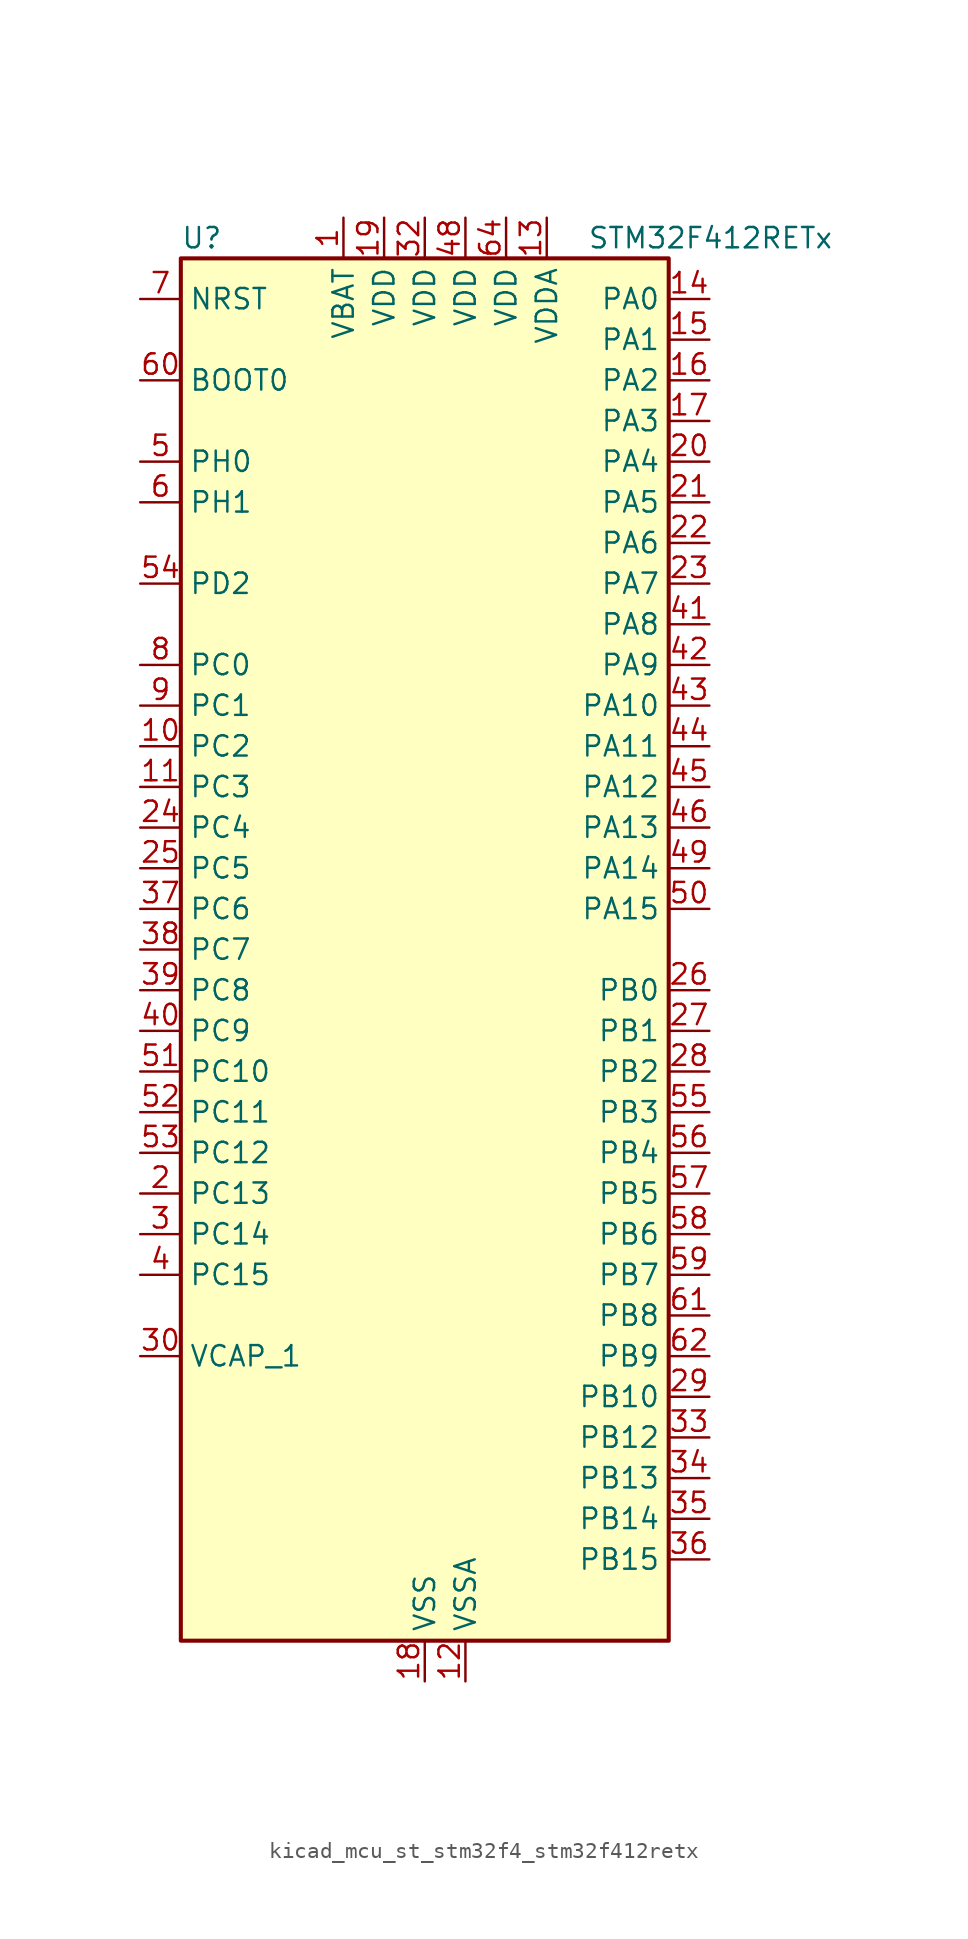
<source format=kicad_sym>
(kicad_symbol_lib
  (version 20220914)
  (generator kicad_symbol_editor)
  (symbol "kicad_mcu_st_stm32f4_stm32f412retx"
    (property "Reference" "U"
      (at -15.24 44.45 0)
      (effects (font (size 1.27 1.27)) (justify left)))
    (property "Value" "STM32F412RETx"
      (at 10.16 44.45 0)
      (effects (font (size 1.27 1.27)) (justify left)))
    (property "ki_locked" ""
      (at 0 0 0)
      (effects (font (size 1.27 1.27))))
    (symbol "kicad_mcu_st_stm32f4_stm32f412retx_0_1"
      (rectangle (start -15.24 -43.18) (end 15.24 43.18) (stroke (width 0.254) (type default)) (fill (type background))))
    (symbol "kicad_mcu_st_stm32f4_stm32f412retx_1_1"
      (pin power_in line (at -5.08 45.72 270) (length 2.54) (name "VBAT" (effects (font (size 1.27 1.27)))) (number "1" (effects (font (size 1.27 1.27)))))
      (pin bidirectional line (at -17.78 12.7 0) (length 2.54) (name "PC2" (effects (font (size 1.27 1.27)))) (number "10" (effects (font (size 1.27 1.27)))) (alternate "ADC1_IN12" bidirectional line) (alternate "DFSDM1_CKOUT" bidirectional line) (alternate "FSMC_NWE" bidirectional line) (alternate "I2S2_ext_SD" bidirectional line) (alternate "SPI2_MISO" bidirectional line))
      (pin bidirectional line (at -17.78 10.16 0) (length 2.54) (name "PC3" (effects (font (size 1.27 1.27)))) (number "11" (effects (font (size 1.27 1.27)))) (alternate "ADC1_IN13" bidirectional line) (alternate "FSMC_A0" bidirectional line) (alternate "I2S2_SD" bidirectional line) (alternate "SPI2_MOSI" bidirectional line))
      (pin power_in line (at 2.54 -45.72 90) (length 2.54) (name "VSSA" (effects (font (size 1.27 1.27)))) (number "12" (effects (font (size 1.27 1.27)))))
      (pin power_in line (at 7.62 45.72 270) (length 2.54) (name "VDDA" (effects (font (size 1.27 1.27)))) (number "13" (effects (font (size 1.27 1.27)))))
      (pin bidirectional line (at 17.78 40.64 180) (length 2.54) (name "PA0" (effects (font (size 1.27 1.27)))) (number "14" (effects (font (size 1.27 1.27)))) (alternate "ADC1_IN0" bidirectional line) (alternate "SYS_WKUP1" bidirectional line) (alternate "TIM2_CH1" bidirectional line) (alternate "TIM2_ETR" bidirectional line) (alternate "TIM5_CH1" bidirectional line) (alternate "TIM8_ETR" bidirectional line) (alternate "USART2_CTS" bidirectional line))
      (pin bidirectional line (at 17.78 38.1 180) (length 2.54) (name "PA1" (effects (font (size 1.27 1.27)))) (number "15" (effects (font (size 1.27 1.27)))) (alternate "ADC1_IN1" bidirectional line) (alternate "I2S4_SD" bidirectional line) (alternate "QUADSPI_BK1_IO3" bidirectional line) (alternate "SPI4_MOSI" bidirectional line) (alternate "TIM2_CH2" bidirectional line) (alternate "TIM5_CH2" bidirectional line) (alternate "USART2_RTS" bidirectional line))
      (pin bidirectional line (at 17.78 35.56 180) (length 2.54) (name "PA2" (effects (font (size 1.27 1.27)))) (number "16" (effects (font (size 1.27 1.27)))) (alternate "ADC1_IN2" bidirectional line) (alternate "FSMC_D4" bidirectional line) (alternate "FSMC_DA4" bidirectional line) (alternate "I2S_CKIN" bidirectional line) (alternate "TIM2_CH3" bidirectional line) (alternate "TIM5_CH3" bidirectional line) (alternate "TIM9_CH1" bidirectional line) (alternate "USART2_TX" bidirectional line))
      (pin bidirectional line (at 17.78 33.02 180) (length 2.54) (name "PA3" (effects (font (size 1.27 1.27)))) (number "17" (effects (font (size 1.27 1.27)))) (alternate "ADC1_IN3" bidirectional line) (alternate "FSMC_D5" bidirectional line) (alternate "FSMC_DA5" bidirectional line) (alternate "I2S2_MCK" bidirectional line) (alternate "TIM2_CH4" bidirectional line) (alternate "TIM5_CH4" bidirectional line) (alternate "TIM9_CH2" bidirectional line) (alternate "USART2_RX" bidirectional line))
      (pin power_in line (at 0 -45.72 90) (length 2.54) (name "VSS" (effects (font (size 1.27 1.27)))) (number "18" (effects (font (size 1.27 1.27)))))
      (pin power_in line (at -2.54 45.72 270) (length 2.54) (name "VDD" (effects (font (size 1.27 1.27)))) (number "19" (effects (font (size 1.27 1.27)))))
      (pin bidirectional line (at -17.78 -15.24 0) (length 2.54) (name "PC13" (effects (font (size 1.27 1.27)))) (number "2" (effects (font (size 1.27 1.27)))) (alternate "RTC_AF1" bidirectional line))
      (pin bidirectional line (at 17.78 30.48 180) (length 2.54) (name "PA4" (effects (font (size 1.27 1.27)))) (number "20" (effects (font (size 1.27 1.27)))) (alternate "ADC1_IN4" bidirectional line) (alternate "DFSDM1_DATIN1" bidirectional line) (alternate "FSMC_D6" bidirectional line) (alternate "FSMC_DA6" bidirectional line) (alternate "I2S1_WS" bidirectional line) (alternate "I2S3_WS" bidirectional line) (alternate "SPI1_NSS" bidirectional line) (alternate "SPI3_NSS" bidirectional line) (alternate "USART2_CK" bidirectional line))
      (pin bidirectional line (at 17.78 27.94 180) (length 2.54) (name "PA5" (effects (font (size 1.27 1.27)))) (number "21" (effects (font (size 1.27 1.27)))) (alternate "ADC1_IN5" bidirectional line) (alternate "DFSDM1_CKIN1" bidirectional line) (alternate "FSMC_D7" bidirectional line) (alternate "FSMC_DA7" bidirectional line) (alternate "I2S1_CK" bidirectional line) (alternate "SPI1_SCK" bidirectional line) (alternate "TIM2_CH1" bidirectional line) (alternate "TIM2_ETR" bidirectional line) (alternate "TIM8_CH1N" bidirectional line))
      (pin bidirectional line (at 17.78 25.4 180) (length 2.54) (name "PA6" (effects (font (size 1.27 1.27)))) (number "22" (effects (font (size 1.27 1.27)))) (alternate "ADC1_IN6" bidirectional line) (alternate "I2S2_MCK" bidirectional line) (alternate "QUADSPI_BK2_IO0" bidirectional line) (alternate "SDIO_CMD" bidirectional line) (alternate "SPI1_MISO" bidirectional line) (alternate "TIM13_CH1" bidirectional line) (alternate "TIM1_BKIN" bidirectional line) (alternate "TIM3_CH1" bidirectional line) (alternate "TIM8_BKIN" bidirectional line))
      (pin bidirectional line (at 17.78 22.86 180) (length 2.54) (name "PA7" (effects (font (size 1.27 1.27)))) (number "23" (effects (font (size 1.27 1.27)))) (alternate "ADC1_IN7" bidirectional line) (alternate "I2S1_SD" bidirectional line) (alternate "QUADSPI_BK2_IO1" bidirectional line) (alternate "SPI1_MOSI" bidirectional line) (alternate "TIM14_CH1" bidirectional line) (alternate "TIM1_CH1N" bidirectional line) (alternate "TIM3_CH2" bidirectional line) (alternate "TIM8_CH1N" bidirectional line))
      (pin bidirectional line (at -17.78 7.62 0) (length 2.54) (name "PC4" (effects (font (size 1.27 1.27)))) (number "24" (effects (font (size 1.27 1.27)))) (alternate "ADC1_IN14" bidirectional line) (alternate "FSMC_NE4" bidirectional line) (alternate "I2S1_MCK" bidirectional line) (alternate "QUADSPI_BK2_IO2" bidirectional line))
      (pin bidirectional line (at -17.78 5.08 0) (length 2.54) (name "PC5" (effects (font (size 1.27 1.27)))) (number "25" (effects (font (size 1.27 1.27)))) (alternate "ADC1_IN15" bidirectional line) (alternate "FMPI2C1_SMBA" bidirectional line) (alternate "FSMC_NOE" bidirectional line) (alternate "QUADSPI_BK2_IO3" bidirectional line) (alternate "USART3_RX" bidirectional line))
      (pin bidirectional line (at 17.78 -2.54 180) (length 2.54) (name "PB0" (effects (font (size 1.27 1.27)))) (number "26" (effects (font (size 1.27 1.27)))) (alternate "ADC1_IN8" bidirectional line) (alternate "I2S5_CK" bidirectional line) (alternate "SPI5_SCK" bidirectional line) (alternate "TIM1_CH2N" bidirectional line) (alternate "TIM3_CH3" bidirectional line) (alternate "TIM8_CH2N" bidirectional line))
      (pin bidirectional line (at 17.78 -5.08 180) (length 2.54) (name "PB1" (effects (font (size 1.27 1.27)))) (number "27" (effects (font (size 1.27 1.27)))) (alternate "ADC1_IN9" bidirectional line) (alternate "DFSDM1_DATIN0" bidirectional line) (alternate "I2S5_WS" bidirectional line) (alternate "QUADSPI_CLK" bidirectional line) (alternate "SPI5_NSS" bidirectional line) (alternate "TIM1_CH3N" bidirectional line) (alternate "TIM3_CH4" bidirectional line) (alternate "TIM8_CH3N" bidirectional line))
      (pin bidirectional line (at 17.78 -7.62 180) (length 2.54) (name "PB2" (effects (font (size 1.27 1.27)))) (number "28" (effects (font (size 1.27 1.27)))) (alternate "DFSDM1_CKIN0" bidirectional line) (alternate "QUADSPI_CLK" bidirectional line))
      (pin bidirectional line (at 17.78 -27.94 180) (length 2.54) (name "PB10" (effects (font (size 1.27 1.27)))) (number "29" (effects (font (size 1.27 1.27)))) (alternate "FMPI2C1_SCL" bidirectional line) (alternate "I2C2_SCL" bidirectional line) (alternate "I2S2_CK" bidirectional line) (alternate "I2S3_MCK" bidirectional line) (alternate "SDIO_D7" bidirectional line) (alternate "SPI2_SCK" bidirectional line) (alternate "TIM2_CH3" bidirectional line) (alternate "USART3_TX" bidirectional line))
      (pin bidirectional line (at -17.78 -17.78 0) (length 2.54) (name "PC14" (effects (font (size 1.27 1.27)))) (number "3" (effects (font (size 1.27 1.27)))) (alternate "RCC_OSC32_IN" bidirectional line))
      (pin power_out line (at -17.78 -25.4 0) (length 2.54) (name "VCAP_1" (effects (font (size 1.27 1.27)))) (number "30" (effects (font (size 1.27 1.27)))))
      (pin passive line (at 0 -45.72 90) (length 2.54) hide (name "VSS" (effects (font (size 1.27 1.27)))) (number "31" (effects (font (size 1.27 1.27)))))
      (pin power_in line (at 0 45.72 270) (length 2.54) (name "VDD" (effects (font (size 1.27 1.27)))) (number "32" (effects (font (size 1.27 1.27)))))
      (pin bidirectional line (at 17.78 -30.48 180) (length 2.54) (name "PB12" (effects (font (size 1.27 1.27)))) (number "33" (effects (font (size 1.27 1.27)))) (alternate "CAN2_RX" bidirectional line) (alternate "DFSDM1_DATIN1" bidirectional line) (alternate "I2C2_SMBA" bidirectional line) (alternate "I2S2_WS" bidirectional line) (alternate "I2S3_CK" bidirectional line) (alternate "I2S4_WS" bidirectional line) (alternate "SPI2_NSS" bidirectional line) (alternate "SPI3_SCK" bidirectional line) (alternate "SPI4_NSS" bidirectional line) (alternate "TIM1_BKIN" bidirectional line) (alternate "USART3_CK" bidirectional line))
      (pin bidirectional line (at 17.78 -33.02 180) (length 2.54) (name "PB13" (effects (font (size 1.27 1.27)))) (number "34" (effects (font (size 1.27 1.27)))) (alternate "CAN2_TX" bidirectional line) (alternate "DFSDM1_CKIN1" bidirectional line) (alternate "FMPI2C1_SMBA" bidirectional line) (alternate "I2S2_CK" bidirectional line) (alternate "I2S4_CK" bidirectional line) (alternate "SPI2_SCK" bidirectional line) (alternate "SPI4_SCK" bidirectional line) (alternate "TIM1_CH1N" bidirectional line) (alternate "USART3_CTS" bidirectional line))
      (pin bidirectional line (at 17.78 -35.56 180) (length 2.54) (name "PB14" (effects (font (size 1.27 1.27)))) (number "35" (effects (font (size 1.27 1.27)))) (alternate "DFSDM1_DATIN2" bidirectional line) (alternate "FMPI2C1_SDA" bidirectional line) (alternate "FSMC_D0" bidirectional line) (alternate "FSMC_DA0" bidirectional line) (alternate "I2S2_ext_SD" bidirectional line) (alternate "SDIO_D6" bidirectional line) (alternate "SPI2_MISO" bidirectional line) (alternate "TIM12_CH1" bidirectional line) (alternate "TIM1_CH2N" bidirectional line) (alternate "TIM8_CH2N" bidirectional line) (alternate "USART3_RTS" bidirectional line))
      (pin bidirectional line (at 17.78 -38.1 180) (length 2.54) (name "PB15" (effects (font (size 1.27 1.27)))) (number "36" (effects (font (size 1.27 1.27)))) (alternate "ADC1_EXTI15" bidirectional line) (alternate "DFSDM1_CKIN2" bidirectional line) (alternate "FMPI2C1_SCL" bidirectional line) (alternate "I2S2_SD" bidirectional line) (alternate "RTC_REFIN" bidirectional line) (alternate "SDIO_CK" bidirectional line) (alternate "SPI2_MOSI" bidirectional line) (alternate "TIM12_CH2" bidirectional line) (alternate "TIM1_CH3N" bidirectional line) (alternate "TIM8_CH3N" bidirectional line))
      (pin bidirectional line (at -17.78 2.54 0) (length 2.54) (name "PC6" (effects (font (size 1.27 1.27)))) (number "37" (effects (font (size 1.27 1.27)))) (alternate "DFSDM1_CKIN3" bidirectional line) (alternate "FMPI2C1_SCL" bidirectional line) (alternate "FSMC_D1" bidirectional line) (alternate "FSMC_DA1" bidirectional line) (alternate "I2S2_MCK" bidirectional line) (alternate "SDIO_D6" bidirectional line) (alternate "TIM3_CH1" bidirectional line) (alternate "TIM8_CH1" bidirectional line) (alternate "USART6_TX" bidirectional line))
      (pin bidirectional line (at -17.78 0 0) (length 2.54) (name "PC7" (effects (font (size 1.27 1.27)))) (number "38" (effects (font (size 1.27 1.27)))) (alternate "DFSDM1_DATIN3" bidirectional line) (alternate "FMPI2C1_SDA" bidirectional line) (alternate "I2S2_CK" bidirectional line) (alternate "I2S3_MCK" bidirectional line) (alternate "SDIO_D7" bidirectional line) (alternate "SPI2_SCK" bidirectional line) (alternate "TIM3_CH2" bidirectional line) (alternate "TIM8_CH2" bidirectional line) (alternate "USART6_RX" bidirectional line))
      (pin bidirectional line (at -17.78 -2.54 0) (length 2.54) (name "PC8" (effects (font (size 1.27 1.27)))) (number "39" (effects (font (size 1.27 1.27)))) (alternate "QUADSPI_BK1_IO2" bidirectional line) (alternate "SDIO_D0" bidirectional line) (alternate "TIM3_CH3" bidirectional line) (alternate "TIM8_CH3" bidirectional line) (alternate "USART6_CK" bidirectional line))
      (pin bidirectional line (at -17.78 -20.32 0) (length 2.54) (name "PC15" (effects (font (size 1.27 1.27)))) (number "4" (effects (font (size 1.27 1.27)))) (alternate "ADC1_EXTI15" bidirectional line) (alternate "RCC_OSC32_OUT" bidirectional line))
      (pin bidirectional line (at -17.78 -5.08 0) (length 2.54) (name "PC9" (effects (font (size 1.27 1.27)))) (number "40" (effects (font (size 1.27 1.27)))) (alternate "I2C3_SDA" bidirectional line) (alternate "I2S_CKIN" bidirectional line) (alternate "QUADSPI_BK1_IO0" bidirectional line) (alternate "RCC_MCO_2" bidirectional line) (alternate "SDIO_D1" bidirectional line) (alternate "TIM3_CH4" bidirectional line) (alternate "TIM8_CH4" bidirectional line))
      (pin bidirectional line (at 17.78 20.32 180) (length 2.54) (name "PA8" (effects (font (size 1.27 1.27)))) (number "41" (effects (font (size 1.27 1.27)))) (alternate "I2C3_SCL" bidirectional line) (alternate "RCC_MCO_1" bidirectional line) (alternate "SDIO_D1" bidirectional line) (alternate "TIM1_CH1" bidirectional line) (alternate "USART1_CK" bidirectional line) (alternate "USB_OTG_FS_SOF" bidirectional line))
      (pin bidirectional line (at 17.78 17.78 180) (length 2.54) (name "PA9" (effects (font (size 1.27 1.27)))) (number "42" (effects (font (size 1.27 1.27)))) (alternate "I2C3_SMBA" bidirectional line) (alternate "SDIO_D2" bidirectional line) (alternate "TIM1_CH2" bidirectional line) (alternate "USART1_TX" bidirectional line) (alternate "USB_OTG_FS_VBUS" bidirectional line))
      (pin bidirectional line (at 17.78 15.24 180) (length 2.54) (name "PA10" (effects (font (size 1.27 1.27)))) (number "43" (effects (font (size 1.27 1.27)))) (alternate "I2S5_SD" bidirectional line) (alternate "SPI5_MOSI" bidirectional line) (alternate "TIM1_CH3" bidirectional line) (alternate "USART1_RX" bidirectional line) (alternate "USB_OTG_FS_ID" bidirectional line))
      (pin bidirectional line (at 17.78 12.7 180) (length 2.54) (name "PA11" (effects (font (size 1.27 1.27)))) (number "44" (effects (font (size 1.27 1.27)))) (alternate "ADC1_EXTI11" bidirectional line) (alternate "CAN1_RX" bidirectional line) (alternate "SPI4_MISO" bidirectional line) (alternate "TIM1_CH4" bidirectional line) (alternate "USART1_CTS" bidirectional line) (alternate "USART6_TX" bidirectional line) (alternate "USB_OTG_FS_DM" bidirectional line))
      (pin bidirectional line (at 17.78 10.16 180) (length 2.54) (name "PA12" (effects (font (size 1.27 1.27)))) (number "45" (effects (font (size 1.27 1.27)))) (alternate "CAN1_TX" bidirectional line) (alternate "SPI5_MISO" bidirectional line) (alternate "TIM1_ETR" bidirectional line) (alternate "USART1_RTS" bidirectional line) (alternate "USART6_RX" bidirectional line) (alternate "USB_OTG_FS_DP" bidirectional line))
      (pin bidirectional line (at 17.78 7.62 180) (length 2.54) (name "PA13" (effects (font (size 1.27 1.27)))) (number "46" (effects (font (size 1.27 1.27)))) (alternate "SYS_JTMS-SWDIO" bidirectional line))
      (pin passive line (at 0 -45.72 90) (length 2.54) hide (name "VSS" (effects (font (size 1.27 1.27)))) (number "47" (effects (font (size 1.27 1.27)))))
      (pin power_in line (at 2.54 45.72 270) (length 2.54) (name "VDD" (effects (font (size 1.27 1.27)))) (number "48" (effects (font (size 1.27 1.27)))))
      (pin bidirectional line (at 17.78 5.08 180) (length 2.54) (name "PA14" (effects (font (size 1.27 1.27)))) (number "49" (effects (font (size 1.27 1.27)))) (alternate "SYS_JTCK-SWCLK" bidirectional line))
      (pin bidirectional line (at -17.78 30.48 0) (length 2.54) (name "PH0" (effects (font (size 1.27 1.27)))) (number "5" (effects (font (size 1.27 1.27)))) (alternate "RCC_OSC_IN" bidirectional line))
      (pin bidirectional line (at 17.78 2.54 180) (length 2.54) (name "PA15" (effects (font (size 1.27 1.27)))) (number "50" (effects (font (size 1.27 1.27)))) (alternate "ADC1_EXTI15" bidirectional line) (alternate "I2S1_WS" bidirectional line) (alternate "I2S3_WS" bidirectional line) (alternate "SPI1_NSS" bidirectional line) (alternate "SPI3_NSS" bidirectional line) (alternate "SYS_JTDI" bidirectional line) (alternate "TIM2_CH1" bidirectional line) (alternate "TIM2_ETR" bidirectional line) (alternate "USART1_TX" bidirectional line))
      (pin bidirectional line (at -17.78 -7.62 0) (length 2.54) (name "PC10" (effects (font (size 1.27 1.27)))) (number "51" (effects (font (size 1.27 1.27)))) (alternate "I2S3_CK" bidirectional line) (alternate "QUADSPI_BK1_IO1" bidirectional line) (alternate "SDIO_D2" bidirectional line) (alternate "SPI3_SCK" bidirectional line) (alternate "USART3_TX" bidirectional line))
      (pin bidirectional line (at -17.78 -10.16 0) (length 2.54) (name "PC11" (effects (font (size 1.27 1.27)))) (number "52" (effects (font (size 1.27 1.27)))) (alternate "ADC1_EXTI11" bidirectional line) (alternate "FSMC_D2" bidirectional line) (alternate "FSMC_DA2" bidirectional line) (alternate "I2S3_ext_SD" bidirectional line) (alternate "QUADSPI_BK2_NCS" bidirectional line) (alternate "SDIO_D3" bidirectional line) (alternate "SPI3_MISO" bidirectional line) (alternate "USART3_RX" bidirectional line))
      (pin bidirectional line (at -17.78 -12.7 0) (length 2.54) (name "PC12" (effects (font (size 1.27 1.27)))) (number "53" (effects (font (size 1.27 1.27)))) (alternate "FSMC_D3" bidirectional line) (alternate "FSMC_DA3" bidirectional line) (alternate "I2S3_SD" bidirectional line) (alternate "SDIO_CK" bidirectional line) (alternate "SPI3_MOSI" bidirectional line) (alternate "USART3_CK" bidirectional line))
      (pin bidirectional line (at -17.78 22.86 0) (length 2.54) (name "PD2" (effects (font (size 1.27 1.27)))) (number "54" (effects (font (size 1.27 1.27)))) (alternate "FSMC_NWE" bidirectional line) (alternate "SDIO_CMD" bidirectional line) (alternate "TIM3_ETR" bidirectional line))
      (pin bidirectional line (at 17.78 -10.16 180) (length 2.54) (name "PB3" (effects (font (size 1.27 1.27)))) (number "55" (effects (font (size 1.27 1.27)))) (alternate "FMPI2C1_SDA" bidirectional line) (alternate "I2C2_SDA" bidirectional line) (alternate "I2S1_CK" bidirectional line) (alternate "I2S3_CK" bidirectional line) (alternate "SPI1_SCK" bidirectional line) (alternate "SPI3_SCK" bidirectional line) (alternate "SYS_JTDO-SWO" bidirectional line) (alternate "TIM2_CH2" bidirectional line) (alternate "USART1_RX" bidirectional line))
      (pin bidirectional line (at 17.78 -12.7 180) (length 2.54) (name "PB4" (effects (font (size 1.27 1.27)))) (number "56" (effects (font (size 1.27 1.27)))) (alternate "I2C3_SDA" bidirectional line) (alternate "I2S3_ext_SD" bidirectional line) (alternate "SDIO_D0" bidirectional line) (alternate "SPI1_MISO" bidirectional line) (alternate "SPI3_MISO" bidirectional line) (alternate "SYS_JTRST" bidirectional line) (alternate "TIM3_CH1" bidirectional line))
      (pin bidirectional line (at 17.78 -15.24 180) (length 2.54) (name "PB5" (effects (font (size 1.27 1.27)))) (number "57" (effects (font (size 1.27 1.27)))) (alternate "CAN2_RX" bidirectional line) (alternate "I2C1_SMBA" bidirectional line) (alternate "I2S1_SD" bidirectional line) (alternate "I2S3_SD" bidirectional line) (alternate "SDIO_D3" bidirectional line) (alternate "SPI1_MOSI" bidirectional line) (alternate "SPI3_MOSI" bidirectional line) (alternate "TIM3_CH2" bidirectional line))
      (pin bidirectional line (at 17.78 -17.78 180) (length 2.54) (name "PB6" (effects (font (size 1.27 1.27)))) (number "58" (effects (font (size 1.27 1.27)))) (alternate "CAN2_TX" bidirectional line) (alternate "I2C1_SCL" bidirectional line) (alternate "QUADSPI_BK1_NCS" bidirectional line) (alternate "SDIO_D0" bidirectional line) (alternate "TIM4_CH1" bidirectional line) (alternate "USART1_TX" bidirectional line))
      (pin bidirectional line (at 17.78 -20.32 180) (length 2.54) (name "PB7" (effects (font (size 1.27 1.27)))) (number "59" (effects (font (size 1.27 1.27)))) (alternate "FSMC_NL" bidirectional line) (alternate "I2C1_SDA" bidirectional line) (alternate "TIM4_CH2" bidirectional line) (alternate "USART1_RX" bidirectional line))
      (pin bidirectional line (at -17.78 27.94 0) (length 2.54) (name "PH1" (effects (font (size 1.27 1.27)))) (number "6" (effects (font (size 1.27 1.27)))) (alternate "RCC_OSC_OUT" bidirectional line))
      (pin input line (at -17.78 35.56 0) (length 2.54) (name "BOOT0" (effects (font (size 1.27 1.27)))) (number "60" (effects (font (size 1.27 1.27)))))
      (pin bidirectional line (at 17.78 -22.86 180) (length 2.54) (name "PB8" (effects (font (size 1.27 1.27)))) (number "61" (effects (font (size 1.27 1.27)))) (alternate "CAN1_RX" bidirectional line) (alternate "I2C1_SCL" bidirectional line) (alternate "I2C3_SDA" bidirectional line) (alternate "I2S5_SD" bidirectional line) (alternate "SDIO_D4" bidirectional line) (alternate "SPI5_MOSI" bidirectional line) (alternate "TIM10_CH1" bidirectional line) (alternate "TIM4_CH3" bidirectional line))
      (pin bidirectional line (at 17.78 -25.4 180) (length 2.54) (name "PB9" (effects (font (size 1.27 1.27)))) (number "62" (effects (font (size 1.27 1.27)))) (alternate "CAN1_TX" bidirectional line) (alternate "I2C1_SDA" bidirectional line) (alternate "I2C2_SDA" bidirectional line) (alternate "I2S2_WS" bidirectional line) (alternate "SDIO_D5" bidirectional line) (alternate "SPI2_NSS" bidirectional line) (alternate "TIM11_CH1" bidirectional line) (alternate "TIM4_CH4" bidirectional line))
      (pin passive line (at 0 -45.72 90) (length 2.54) hide (name "VSS" (effects (font (size 1.27 1.27)))) (number "63" (effects (font (size 1.27 1.27)))))
      (pin power_in line (at 5.08 45.72 270) (length 2.54) (name "VDD" (effects (font (size 1.27 1.27)))) (number "64" (effects (font (size 1.27 1.27)))))
      (pin input line (at -17.78 40.64 0) (length 2.54) (name "NRST" (effects (font (size 1.27 1.27)))) (number "7" (effects (font (size 1.27 1.27)))))
      (pin bidirectional line (at -17.78 17.78 0) (length 2.54) (name "PC0" (effects (font (size 1.27 1.27)))) (number "8" (effects (font (size 1.27 1.27)))) (alternate "ADC1_IN10" bidirectional line) (alternate "SYS_WKUP2" bidirectional line))
      (pin bidirectional line (at -17.78 15.24 0) (length 2.54) (name "PC1" (effects (font (size 1.27 1.27)))) (number "9" (effects (font (size 1.27 1.27)))) (alternate "ADC1_IN11" bidirectional line) (alternate "SYS_WKUP3" bidirectional line)))))
</source>
